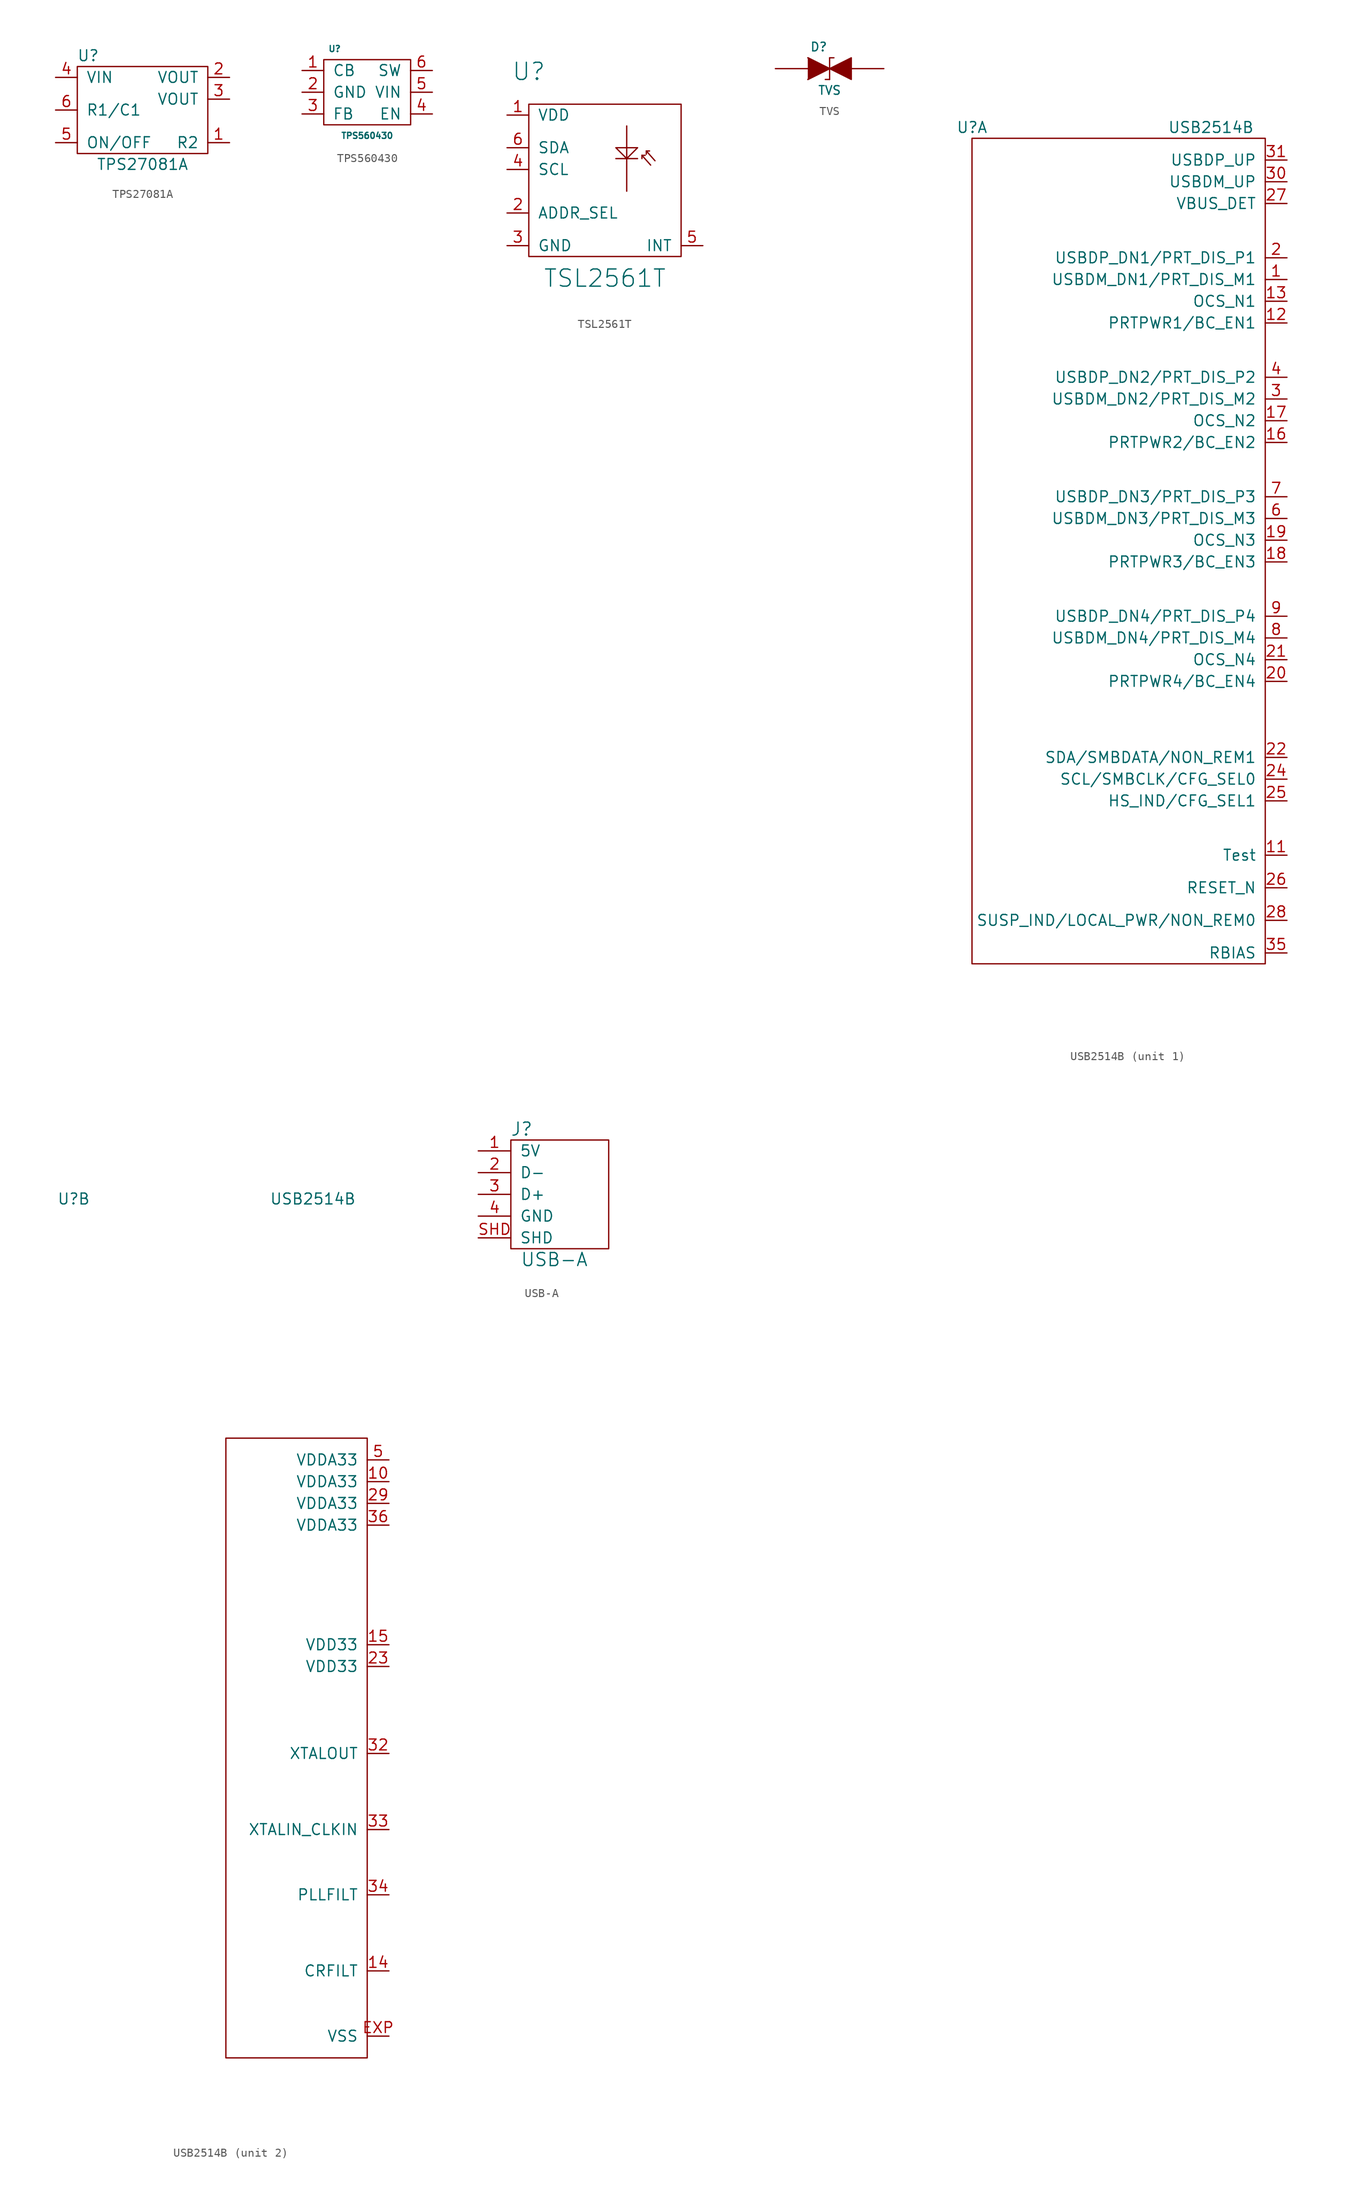
<source format=kicad_sym>
(kicad_symbol_lib
  (version 20211014)
  (generator kicad_symbol_editor)
  (symbol "TPS27081A"
    (pin_names
      (offset 1.016))
    (property "Reference" "U"
      (at -6.35 6.35 0)
      (effects (font (size 1.27 1.27))))
    (property "Value" "TPS27081A"
      (at 0 -6.35 0)
      (effects (font (size 1.27 1.27))))
    (symbol "TPS27081A_0_1"
      (rectangle (start -7.62 5.08) (end 7.62 -5.08) (stroke (width 0) (type default) (color 0 0 0 0)) (fill (type none))))
    (symbol "TPS27081A_1_1"
      (pin passive line (at 10.16 -3.81 180) (length 2.54) (name "R2" (effects (font (size 1.27 1.27)))) (number "1" (effects (font (size 1.27 1.27)))))
      (pin passive line (at 10.16 3.81 180) (length 2.54) (name "VOUT" (effects (font (size 1.27 1.27)))) (number "2" (effects (font (size 1.27 1.27)))))
      (pin passive line (at 10.16 1.27 180) (length 2.54) (name "VOUT" (effects (font (size 1.27 1.27)))) (number "3" (effects (font (size 1.27 1.27)))))
      (pin passive line (at -10.16 3.81 0) (length 2.54) (name "VIN" (effects (font (size 1.27 1.27)))) (number "4" (effects (font (size 1.27 1.27)))))
      (pin passive line (at -10.16 -3.81 0) (length 2.54) (name "ON/OFF" (effects (font (size 1.27 1.27)))) (number "5" (effects (font (size 1.27 1.27)))))
      (pin passive line (at -10.16 0 0) (length 2.54) (name "R1/C1" (effects (font (size 1.27 1.27)))) (number "6" (effects (font (size 1.27 1.27)))))))
  (symbol "TPS560430"
    (pin_names
      (offset 1.016))
    (property "Reference" "U"
      (at -3.81 5.08 0)
      (effects (font (size 0.711 0.711))))
    (property "Value" "TPS560430"
      (at 0 -5.08 0)
      (effects (font (size 0.711 0.711))))
    (symbol "TPS560430_0_1"
      (rectangle (start -5.08 3.81) (end 5.08 -3.81) (stroke (width 0) (type default) (color 0 0 0 0)) (fill (type none))))
    (symbol "TPS560430_1_1"
      (pin passive line (at -7.62 2.54 0) (length 2.54) (name "CB" (effects (font (size 1.27 1.27)))) (number "1" (effects (font (size 1.27 1.27)))))
      (pin passive line (at -7.62 0 0) (length 2.54) (name "GND" (effects (font (size 1.27 1.27)))) (number "2" (effects (font (size 1.27 1.27)))))
      (pin passive line (at -7.62 -2.54 0) (length 2.54) (name "FB" (effects (font (size 1.27 1.27)))) (number "3" (effects (font (size 1.27 1.27)))))
      (pin passive line (at 7.62 -2.54 180) (length 2.54) (name "EN" (effects (font (size 1.27 1.27)))) (number "4" (effects (font (size 1.27 1.27)))))
      (pin passive line (at 7.62 0 180) (length 2.54) (name "VIN" (effects (font (size 1.27 1.27)))) (number "5" (effects (font (size 1.27 1.27)))))
      (pin passive line (at 7.62 2.54 180) (length 2.54) (name "SW" (effects (font (size 1.27 1.27)))) (number "6" (effects (font (size 1.27 1.27)))))))
  (symbol "TSL2561T"
    (pin_names
      (offset 1.016))
    (property "Reference" "U"
      (at -8.89 12.7 0)
      (effects (font (size 2.007 2.007))))
    (property "Value" "TSL2561T"
      (at 0 -11.43 0)
      (effects (font (size 2.007 2.007))))
    (symbol "TSL2561T_0_1"
      (rectangle (start -8.89 8.89) (end 8.89 -8.89) (stroke (width 0) (type default) (color 0 0 0 0)) (fill (type none)))
      (polyline (pts (xy 1.27 2.54) (xy 3.81 2.54)) (stroke (width 0) (type default) (color 0 0 0 0)) (fill (type none)))
      (polyline (pts (xy 2.54 6.35) (xy 2.54 -1.27)) (stroke (width 0) (type default) (color 0 0 0 0)) (fill (type none)))
      (polyline (pts (xy 4.318 2.921) (xy 4.318 2.54)) (stroke (width 0) (type default) (color 0 0 0 0)) (fill (type none)))
      (polyline (pts (xy 4.318 2.921) (xy 4.699 2.921)) (stroke (width 0) (type default) (color 0 0 0 0)) (fill (type none)))
      (polyline (pts (xy 4.318 2.921) (xy 5.334 1.778)) (stroke (width 0) (type default) (color 0 0 0 0)) (fill (type none)))
      (polyline (pts (xy 4.826 3.429) (xy 4.826 3.048)) (stroke (width 0) (type default) (color 0 0 0 0)) (fill (type none)))
      (polyline (pts (xy 4.826 3.429) (xy 5.207 3.429)) (stroke (width 0) (type default) (color 0 0 0 0)) (fill (type none)))
      (polyline (pts (xy 4.826 3.429) (xy 5.842 2.286)) (stroke (width 0) (type default) (color 0 0 0 0)) (fill (type none)))
      (polyline (pts (xy 1.27 3.81) (xy 3.81 3.81) (xy 2.54 2.54) (xy 1.27 3.81)) (stroke (width 0) (type default) (color 0 0 0 0)) (fill (type none))))
    (symbol "TSL2561T_1_1"
      (pin passive line (at -11.43 7.62 0) (length 2.54) (name "VDD" (effects (font (size 1.27 1.27)))) (number "1" (effects (font (size 1.27 1.27)))))
      (pin passive line (at -11.43 -3.81 0) (length 2.54) (name "ADDR_SEL" (effects (font (size 1.27 1.27)))) (number "2" (effects (font (size 1.27 1.27)))))
      (pin passive line (at -11.43 -7.62 0) (length 2.54) (name "GND" (effects (font (size 1.27 1.27)))) (number "3" (effects (font (size 1.27 1.27)))))
      (pin passive line (at -11.43 1.27 0) (length 2.54) (name "SCL" (effects (font (size 1.27 1.27)))) (number "4" (effects (font (size 1.27 1.27)))))
      (pin passive line (at 11.43 -7.62 180) (length 2.54) (name "INT" (effects (font (size 1.27 1.27)))) (number "5" (effects (font (size 1.27 1.27)))))
      (pin passive line (at -11.43 3.81 0) (length 2.54) (name "SDA" (effects (font (size 1.27 1.27)))) (number "6" (effects (font (size 1.27 1.27)))))))
  (symbol "TVS"
    (pin_numbers hide)
    (pin_names
      (offset 1.016) hide)
    (property "Reference" "D"
      (at -1.27 2.54 0)
      (effects (font (size 1.016 1.016))))
    (property "Value" "TVS"
      (at 0 -2.54 0)
      (effects (font (size 1.016 1.016))))
    (property "Footprint" ""
      (at 0 0 0)
      (effects (font (size 1.524 1.524))))
    (property "Datasheet" ""
      (at 0 0 0)
      (effects (font (size 1.524 1.524))))
    (symbol "TVS_0_1"
      (polyline (pts (xy 0 -1.27) (xy -0.508 -1.27)) (stroke (width 0) (type default) (color 0 0 0 0)) (fill (type none)))
      (polyline (pts (xy 0 1.27) (xy 0 -1.27)) (stroke (width 0.152) (type default) (color 0 0 0 0)) (fill (type none)))
      (polyline (pts (xy 0 1.27) (xy 0.508 1.27)) (stroke (width 0) (type default) (color 0 0 0 0)) (fill (type none)))
      (polyline (pts (xy -2.54 1.27) (xy 0 0) (xy -2.54 -1.27)) (stroke (width 0) (type default) (color 0 0 0 0)) (fill (type outline)))
      (polyline (pts (xy -2.54 1.27) (xy 0 0) (xy -2.54 -1.27)) (stroke (width 0) (type default) (color 0 0 0 0)) (fill (type outline)))
      (polyline (pts (xy 0 0) (xy 2.54 1.27) (xy 2.54 -1.27) (xy 0 0)) (stroke (width 0) (type default) (color 0 0 0 0)) (fill (type outline))))
    (symbol "TVS_1_1"
      (pin passive line (at -6.35 0 0) (length 3.81) (name "A" (effects (font (size 1.016 1.016)))) (number "1" (effects (font (size 1.016 1.016)))))
      (pin passive line (at 6.35 0 180) (length 3.81) (name "K" (effects (font (size 1.016 1.016)))) (number "2" (effects (font (size 1.016 1.016)))))))
  (symbol "USB2514B"
    (pin_names
      (offset 1.016))
    (property "Reference" "U"
      (at -34.29 48.26 0)
      (effects (font (size 1.27 1.27))))
    (property "Value" "USB2514B"
      (at -6.35 48.26 0)
      (effects (font (size 1.27 1.27))))
    (symbol "USB2514B_1_1"
      (rectangle (start 0 46.99) (end -34.29 -49.53) (stroke (width 0) (type default) (color 0 0 0 0)) (fill (type none)))
      (pin passive line (at 2.54 30.48 180) (length 2.54) (name "USBDM_DN1/PRT_DIS_M1" (effects (font (size 1.27 1.27)))) (number "1" (effects (font (size 1.27 1.27)))))
      (pin passive line (at 2.54 -36.83 180) (length 2.54) (name "Test" (effects (font (size 1.27 1.27)))) (number "11" (effects (font (size 1.27 1.27)))))
      (pin passive line (at 2.54 25.4 180) (length 2.54) (name "PRTPWR1/BC_EN1" (effects (font (size 1.27 1.27)))) (number "12" (effects (font (size 1.27 1.27)))))
      (pin passive line (at 2.54 27.94 180) (length 2.54) (name "OCS_N1" (effects (font (size 1.27 1.27)))) (number "13" (effects (font (size 1.27 1.27)))))
      (pin passive line (at 2.54 11.43 180) (length 2.54) (name "PRTPWR2/BC_EN2" (effects (font (size 1.27 1.27)))) (number "16" (effects (font (size 1.27 1.27)))))
      (pin passive line (at 2.54 13.97 180) (length 2.54) (name "OCS_N2" (effects (font (size 1.27 1.27)))) (number "17" (effects (font (size 1.27 1.27)))))
      (pin passive line (at 2.54 -2.54 180) (length 2.54) (name "PRTPWR3/BC_EN3" (effects (font (size 1.27 1.27)))) (number "18" (effects (font (size 1.27 1.27)))))
      (pin passive line (at 2.54 0 180) (length 2.54) (name "OCS_N3" (effects (font (size 1.27 1.27)))) (number "19" (effects (font (size 1.27 1.27)))))
      (pin passive line (at 2.54 33.02 180) (length 2.54) (name "USBDP_DN1/PRT_DIS_P1" (effects (font (size 1.27 1.27)))) (number "2" (effects (font (size 1.27 1.27)))))
      (pin passive line (at 2.54 -16.51 180) (length 2.54) (name "PRTPWR4/BC_EN4" (effects (font (size 1.27 1.27)))) (number "20" (effects (font (size 1.27 1.27)))))
      (pin passive line (at 2.54 -13.97 180) (length 2.54) (name "OCS_N4" (effects (font (size 1.27 1.27)))) (number "21" (effects (font (size 1.27 1.27)))))
      (pin passive line (at 2.54 -25.4 180) (length 2.54) (name "SDA/SMBDATA/NON_REM1" (effects (font (size 1.27 1.27)))) (number "22" (effects (font (size 1.27 1.27)))))
      (pin passive line (at 2.54 -27.94 180) (length 2.54) (name "SCL/SMBCLK/CFG_SEL0" (effects (font (size 1.27 1.27)))) (number "24" (effects (font (size 1.27 1.27)))))
      (pin passive line (at 2.54 -30.48 180) (length 2.54) (name "HS_IND/CFG_SEL1" (effects (font (size 1.27 1.27)))) (number "25" (effects (font (size 1.27 1.27)))))
      (pin passive line (at 2.54 -40.64 180) (length 2.54) (name "RESET_N" (effects (font (size 1.27 1.27)))) (number "26" (effects (font (size 1.27 1.27)))))
      (pin passive line (at 2.54 39.37 180) (length 2.54) (name "VBUS_DET" (effects (font (size 1.27 1.27)))) (number "27" (effects (font (size 1.27 1.27)))))
      (pin passive line (at 2.54 -44.45 180) (length 2.54) (name "SUSP_IND/LOCAL_PWR/NON_REM0" (effects (font (size 1.27 1.27)))) (number "28" (effects (font (size 1.27 1.27)))))
      (pin passive line (at 2.54 16.51 180) (length 2.54) (name "USBDM_DN2/PRT_DIS_M2" (effects (font (size 1.27 1.27)))) (number "3" (effects (font (size 1.27 1.27)))))
      (pin passive line (at 2.54 41.91 180) (length 2.54) (name "USBDM_UP" (effects (font (size 1.27 1.27)))) (number "30" (effects (font (size 1.27 1.27)))))
      (pin passive line (at 2.54 44.45 180) (length 2.54) (name "USBDP_UP" (effects (font (size 1.27 1.27)))) (number "31" (effects (font (size 1.27 1.27)))))
      (pin passive line (at 2.54 -48.26 180) (length 2.54) (name "RBIAS" (effects (font (size 1.27 1.27)))) (number "35" (effects (font (size 1.27 1.27)))))
      (pin passive line (at 2.54 19.05 180) (length 2.54) (name "USBDP_DN2/PRT_DIS_P2" (effects (font (size 1.27 1.27)))) (number "4" (effects (font (size 1.27 1.27)))))
      (pin passive line (at 2.54 2.54 180) (length 2.54) (name "USBDM_DN3/PRT_DIS_M3" (effects (font (size 1.27 1.27)))) (number "6" (effects (font (size 1.27 1.27)))))
      (pin passive line (at 2.54 5.08 180) (length 2.54) (name "USBDP_DN3/PRT_DIS_P3" (effects (font (size 1.27 1.27)))) (number "7" (effects (font (size 1.27 1.27)))))
      (pin passive line (at 2.54 -11.43 180) (length 2.54) (name "USBDM_DN4/PRT_DIS_M4" (effects (font (size 1.27 1.27)))) (number "8" (effects (font (size 1.27 1.27)))))
      (pin passive line (at 2.54 -8.89 180) (length 2.54) (name "USBDP_DN4/PRT_DIS_P4" (effects (font (size 1.27 1.27)))) (number "9" (effects (font (size 1.27 1.27))))))
    (symbol "USB2514B_2_1"
      (rectangle (start 0 20.32) (end -16.51 -52.07) (stroke (width 0) (type default) (color 0 0 0 0)) (fill (type none)))
      (pin passive line (at 2.54 15.24 180) (length 2.54) (name "VDDA33" (effects (font (size 1.27 1.27)))) (number "10" (effects (font (size 1.27 1.27)))))
      (pin passive line (at 2.54 -41.91 180) (length 2.54) (name "CRFILT" (effects (font (size 1.27 1.27)))) (number "14" (effects (font (size 1.27 1.27)))))
      (pin passive line (at 2.54 -3.81 180) (length 2.54) (name "VDD33" (effects (font (size 1.27 1.27)))) (number "15" (effects (font (size 1.27 1.27)))))
      (pin passive line (at 2.54 -6.35 180) (length 2.54) (name "VDD33" (effects (font (size 1.27 1.27)))) (number "23" (effects (font (size 1.27 1.27)))))
      (pin passive line (at 2.54 12.7 180) (length 2.54) (name "VDDA33" (effects (font (size 1.27 1.27)))) (number "29" (effects (font (size 1.27 1.27)))))
      (pin passive line (at 2.54 -16.51 180) (length 2.54) (name "XTALOUT" (effects (font (size 1.27 1.27)))) (number "32" (effects (font (size 1.27 1.27)))))
      (pin passive line (at 2.54 -25.4 180) (length 2.54) (name "XTALIN_CLKIN" (effects (font (size 1.27 1.27)))) (number "33" (effects (font (size 1.27 1.27)))))
      (pin passive line (at 2.54 -33.02 180) (length 2.54) (name "PLLFILT" (effects (font (size 1.27 1.27)))) (number "34" (effects (font (size 1.27 1.27)))))
      (pin passive line (at 2.54 10.16 180) (length 2.54) (name "VDDA33" (effects (font (size 1.27 1.27)))) (number "36" (effects (font (size 1.27 1.27)))))
      (pin passive line (at 2.54 17.78 180) (length 2.54) (name "VDDA33" (effects (font (size 1.27 1.27)))) (number "5" (effects (font (size 1.27 1.27)))))
      (pin passive line (at 2.54 -49.53 180) (length 2.54) (name "VSS" (effects (font (size 1.27 1.27)))) (number "EXP" (effects (font (size 1.27 1.27)))))))
  (symbol "USB-A"
    (pin_names
      (offset 1.016))
    (property "Reference" "J"
      (at -5.08 7.62 0)
      (effects (font (size 1.524 1.524))))
    (property "Value" "USB-A"
      (at -1.27 -7.62 0)
      (effects (font (size 1.524 1.524))))
    (property "Footprint" ""
      (at 2.54 1.27 0)
      (effects (font (size 1.524 1.524))))
    (property "Datasheet" ""
      (at 2.54 1.27 0)
      (effects (font (size 1.524 1.524))))
    (symbol "USB-A_0_1"
      (rectangle (start -6.35 6.35) (end 5.08 -6.35) (stroke (width 0) (type default) (color 0 0 0 0)) (fill (type none))))
    (symbol "USB-A_1_1"
      (pin passive line (at -10.16 5.08 0) (length 3.81) (name "5V" (effects (font (size 1.27 1.27)))) (number "1" (effects (font (size 1.27 1.27)))))
      (pin passive line (at -10.16 2.54 0) (length 3.81) (name "D-" (effects (font (size 1.27 1.27)))) (number "2" (effects (font (size 1.27 1.27)))))
      (pin passive line (at -10.16 0 0) (length 3.81) (name "D+" (effects (font (size 1.27 1.27)))) (number "3" (effects (font (size 1.27 1.27)))))
      (pin passive line (at -10.16 -2.54 0) (length 3.81) (name "GND" (effects (font (size 1.27 1.27)))) (number "4" (effects (font (size 1.27 1.27)))))
      (pin passive line (at -10.16 -5.08 0) (length 3.81) (name "SHD" (effects (font (size 1.27 1.27)))) (number "SHD" (effects (font (size 1.27 1.27))))))))
</source>
